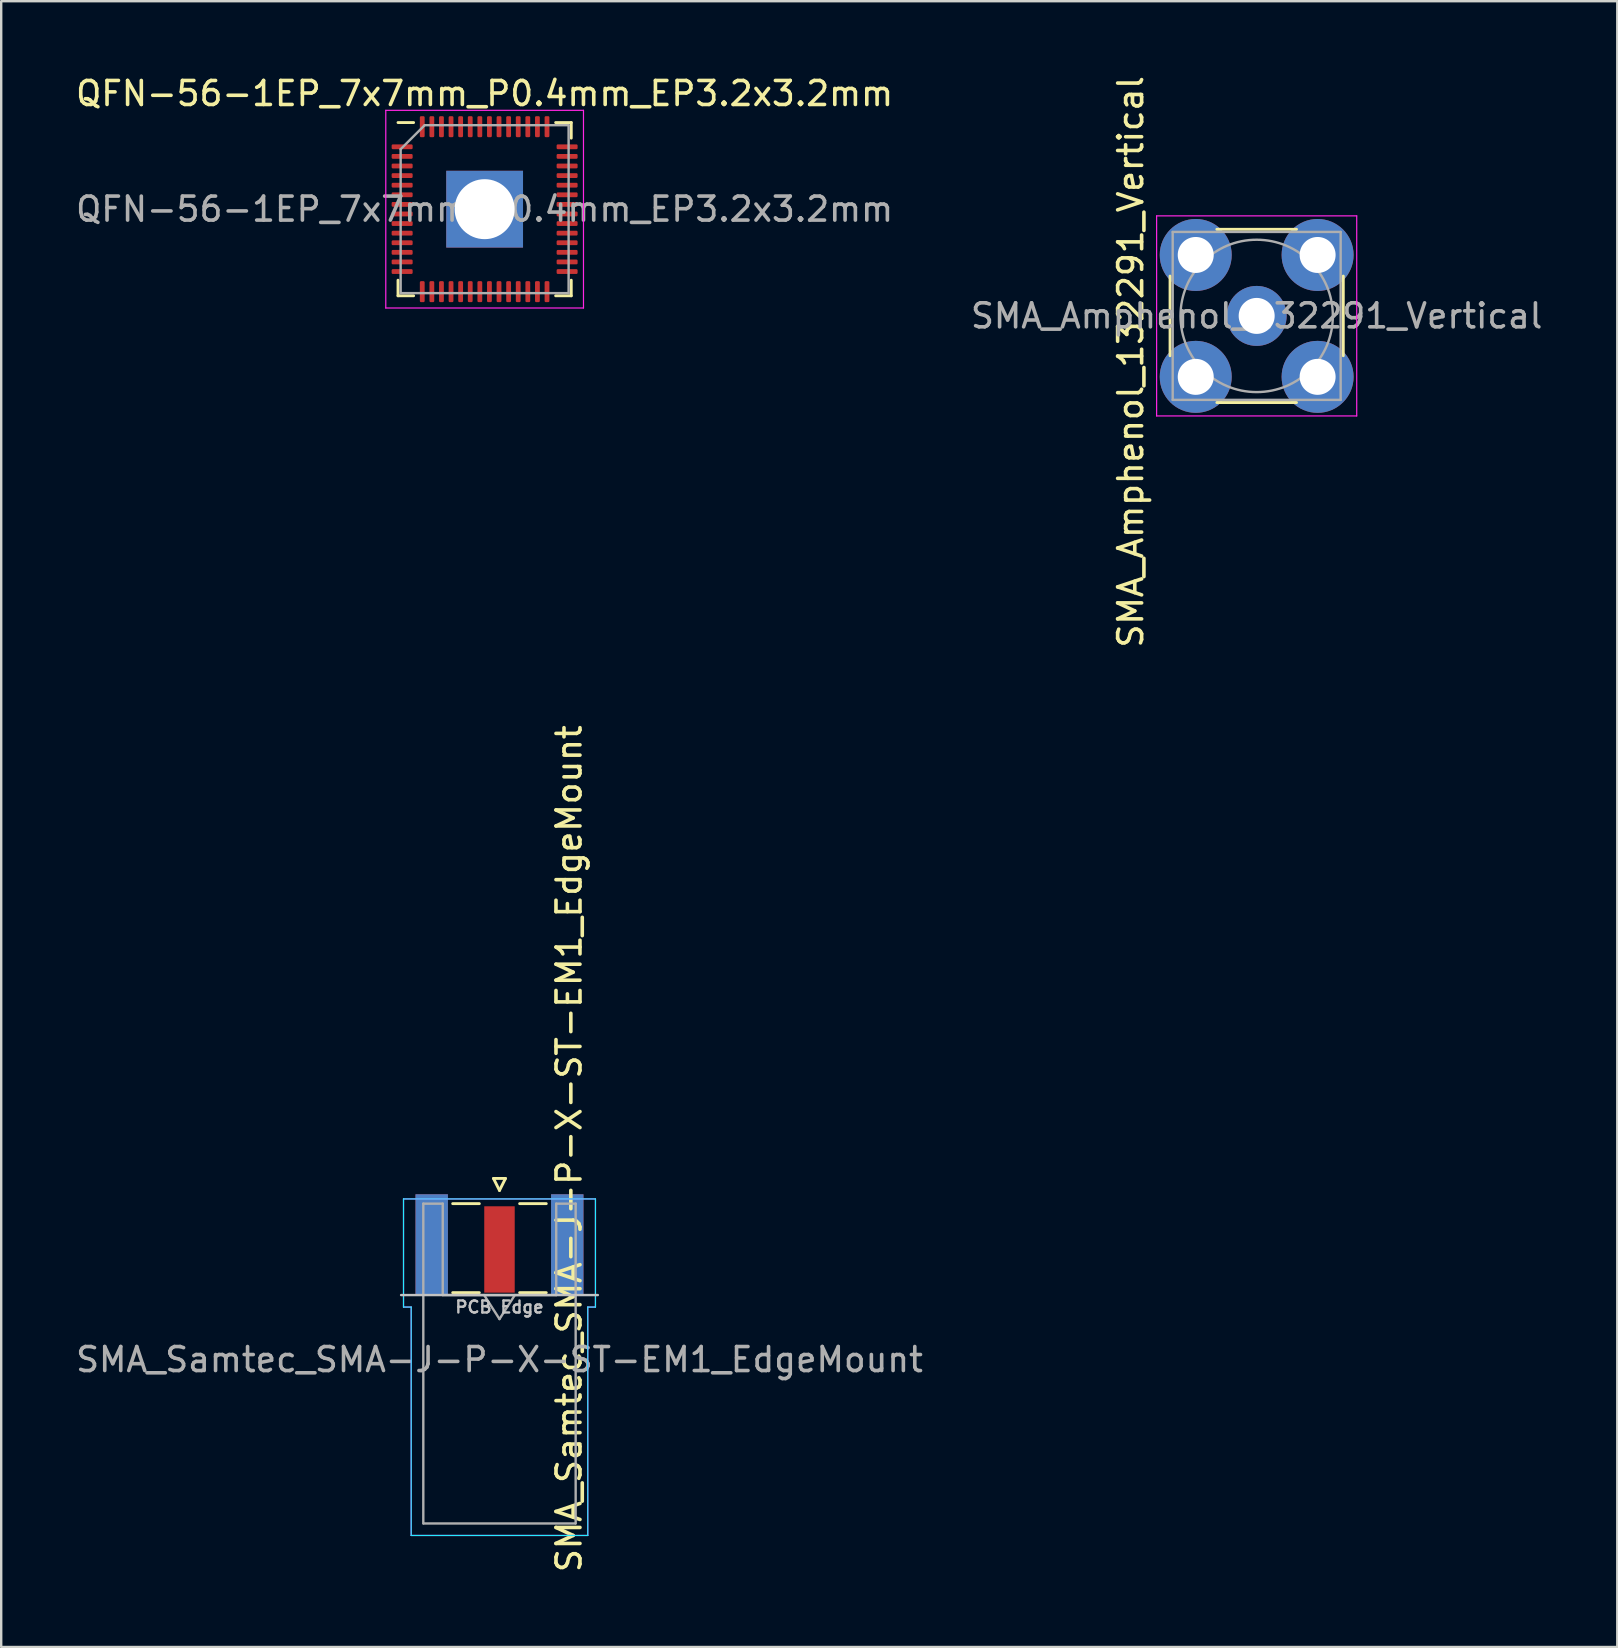
<source format=kicad_pcb>
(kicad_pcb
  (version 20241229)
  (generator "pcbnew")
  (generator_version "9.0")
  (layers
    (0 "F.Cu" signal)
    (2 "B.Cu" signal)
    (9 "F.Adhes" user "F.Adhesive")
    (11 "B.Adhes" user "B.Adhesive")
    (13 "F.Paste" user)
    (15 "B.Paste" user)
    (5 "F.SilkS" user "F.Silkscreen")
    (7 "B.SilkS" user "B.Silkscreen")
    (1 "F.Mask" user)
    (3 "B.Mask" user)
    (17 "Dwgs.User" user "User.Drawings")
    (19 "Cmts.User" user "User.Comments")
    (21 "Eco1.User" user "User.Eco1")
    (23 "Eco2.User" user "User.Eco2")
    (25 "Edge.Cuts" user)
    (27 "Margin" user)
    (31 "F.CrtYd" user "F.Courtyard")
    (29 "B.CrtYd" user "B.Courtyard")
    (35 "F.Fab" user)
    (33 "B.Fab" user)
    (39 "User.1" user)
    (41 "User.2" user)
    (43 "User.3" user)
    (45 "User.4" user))
  (footprint "QFN-56-1EP_7x7mm_P0.4mm_EP3.2x3.2mm"
    (layer "F.Cu")
    (at 17.149 5.668)
    (property "Reference" "QFN-56-1EP_7x7mm_P0.4mm_EP3.2x3.2mm" (at 0 -4.82 0) (layer "F.SilkS") (effects (font (size 1 1) (thickness 0.15))))
    (attr smd)
    (fp_line (start -3.61 3.61) (end -3.61 2.96) (stroke (width 0.12) (type solid)) (layer "F.SilkS"))
    (fp_line (start -2.96 -3.61) (end -3.61 -3.61) (stroke (width 0.12) (type solid)) (layer "F.SilkS"))
    (fp_line (start -2.96 3.61) (end -3.61 3.61) (stroke (width 0.12) (type solid)) (layer "F.SilkS"))
    (fp_line (start 2.96 -3.61) (end 3.61 -3.61) (stroke (width 0.12) (type solid)) (layer "F.SilkS"))
    (fp_line (start 2.96 3.61) (end 3.61 3.61) (stroke (width 0.12) (type solid)) (layer "F.SilkS"))
    (fp_line (start 3.61 -3.61) (end 3.61 -2.96) (stroke (width 0.12) (type solid)) (layer "F.SilkS"))
    (fp_line (start 3.61 3.61) (end 3.61 2.96) (stroke (width 0.12) (type solid)) (layer "F.SilkS"))
    (fp_line (start -4.12 -4.12) (end -4.12 4.12) (stroke (width 0.05) (type solid)) (layer "F.CrtYd"))
    (fp_line (start -4.12 4.12) (end 4.12 4.12) (stroke (width 0.05) (type solid)) (layer "F.CrtYd"))
    (fp_line (start 4.12 -4.12) (end -4.12 -4.12) (stroke (width 0.05) (type solid)) (layer "F.CrtYd"))
    (fp_line (start 4.12 4.12) (end 4.12 -4.12) (stroke (width 0.05) (type solid)) (layer "F.CrtYd"))
    (fp_line (start -3.5 -2.5) (end -2.5 -3.5) (stroke (width 0.1) (type solid)) (layer "F.Fab"))
    (fp_line (start -3.5 3.5) (end -3.5 -2.5) (stroke (width 0.1) (type solid)) (layer "F.Fab"))
    (fp_line (start -2.5 -3.5) (end 3.5 -3.5) (stroke (width 0.1) (type solid)) (layer "F.Fab"))
    (fp_line (start 3.5 -3.5) (end 3.5 3.5) (stroke (width 0.1) (type solid)) (layer "F.Fab"))
    (fp_line (start 3.5 3.5) (end -3.5 3.5) (stroke (width 0.1) (type solid)) (layer "F.Fab"))
    (fp_text user "${REFERENCE}" (at 0 0 0) (layer "F.Fab") (effects (font (size 1 1) (thickness 0.15))))
    (pad "" smd roundrect (at -0.8 -0.8) (size 1.29 1.29) (layers "F.Paste") (roundrect_rratio 0.194))
    (pad "" smd roundrect (at -0.8 0.8) (size 1.29 1.29) (layers "F.Paste") (roundrect_rratio 0.194))
    (pad "" smd roundrect (at 0.8 -0.8) (size 1.29 1.29) (layers "F.Paste") (roundrect_rratio 0.194))
    (pad "" smd roundrect (at 0.8 0.8) (size 1.29 1.29) (layers "F.Paste") (roundrect_rratio 0.194))
    (pad "1" smd roundrect (at -3.438 -2.6) (size 0.875 0.2) (layers "F.Cu" "F.Mask" "F.Paste") (roundrect_rratio 0.25))
    (pad "2" smd roundrect (at -3.438 -2.2) (size 0.875 0.2) (layers "F.Cu" "F.Mask" "F.Paste") (roundrect_rratio 0.25))
    (pad "3" smd roundrect (at -3.438 -1.8) (size 0.875 0.2) (layers "F.Cu" "F.Mask" "F.Paste") (roundrect_rratio 0.25))
    (pad "4" smd roundrect (at -3.438 -1.4) (size 0.875 0.2) (layers "F.Cu" "F.Mask" "F.Paste") (roundrect_rratio 0.25))
    (pad "5" smd roundrect (at -3.438 -1) (size 0.875 0.2) (layers "F.Cu" "F.Mask" "F.Paste") (roundrect_rratio 0.25))
    (pad "6" smd roundrect (at -3.438 -0.6) (size 0.875 0.2) (layers "F.Cu" "F.Mask" "F.Paste") (roundrect_rratio 0.25))
    (pad "7" smd roundrect (at -3.438 -0.2) (size 0.875 0.2) (layers "F.Cu" "F.Mask" "F.Paste") (roundrect_rratio 0.25))
    (pad "8" smd roundrect (at -3.438 0.2) (size 0.875 0.2) (layers "F.Cu" "F.Mask" "F.Paste") (roundrect_rratio 0.25))
    (pad "9" smd roundrect (at -3.438 0.6) (size 0.875 0.2) (layers "F.Cu" "F.Mask" "F.Paste") (roundrect_rratio 0.25))
    (pad "10" smd roundrect (at -3.438 1) (size 0.875 0.2) (layers "F.Cu" "F.Mask" "F.Paste") (roundrect_rratio 0.25))
    (pad "11" smd roundrect (at -3.438 1.4) (size 0.875 0.2) (layers "F.Cu" "F.Mask" "F.Paste") (roundrect_rratio 0.25))
    (pad "12" smd roundrect (at -3.438 1.8) (size 0.875 0.2) (layers "F.Cu" "F.Mask" "F.Paste") (roundrect_rratio 0.25))
    (pad "13" smd roundrect (at -3.438 2.2) (size 0.875 0.2) (layers "F.Cu" "F.Mask" "F.Paste") (roundrect_rratio 0.25))
    (pad "14" smd roundrect (at -3.438 2.6) (size 0.875 0.2) (layers "F.Cu" "F.Mask" "F.Paste") (roundrect_rratio 0.25))
    (pad "15" smd roundrect (at -2.6 3.438) (size 0.2 0.875) (layers "F.Cu" "F.Mask" "F.Paste") (roundrect_rratio 0.25))
    (pad "16" smd roundrect (at -2.2 3.438) (size 0.2 0.875) (layers "F.Cu" "F.Mask" "F.Paste") (roundrect_rratio 0.25))
    (pad "17" smd roundrect (at -1.8 3.438) (size 0.2 0.875) (layers "F.Cu" "F.Mask" "F.Paste") (roundrect_rratio 0.25))
    (pad "18" smd roundrect (at -1.4 3.438) (size 0.2 0.875) (layers "F.Cu" "F.Mask" "F.Paste") (roundrect_rratio 0.25))
    (pad "19" smd roundrect (at -1 3.438) (size 0.2 0.875) (layers "F.Cu" "F.Mask" "F.Paste") (roundrect_rratio 0.25))
    (pad "20" smd roundrect (at -0.6 3.438) (size 0.2 0.875) (layers "F.Cu" "F.Mask" "F.Paste") (roundrect_rratio 0.25))
    (pad "21" smd roundrect (at -0.2 3.438) (size 0.2 0.875) (layers "F.Cu" "F.Mask" "F.Paste") (roundrect_rratio 0.25))
    (pad "22" smd roundrect (at 0.2 3.438) (size 0.2 0.875) (layers "F.Cu" "F.Mask" "F.Paste") (roundrect_rratio 0.25))
    (pad "23" smd roundrect (at 0.6 3.438) (size 0.2 0.875) (layers "F.Cu" "F.Mask" "F.Paste") (roundrect_rratio 0.25))
    (pad "24" smd roundrect (at 1 3.438) (size 0.2 0.875) (layers "F.Cu" "F.Mask" "F.Paste") (roundrect_rratio 0.25))
    (pad "25" smd roundrect (at 1.4 3.438) (size 0.2 0.875) (layers "F.Cu" "F.Mask" "F.Paste") (roundrect_rratio 0.25))
    (pad "26" smd roundrect (at 1.8 3.438) (size 0.2 0.875) (layers "F.Cu" "F.Mask" "F.Paste") (roundrect_rratio 0.25))
    (pad "27" smd roundrect (at 2.2 3.438) (size 0.2 0.875) (layers "F.Cu" "F.Mask" "F.Paste") (roundrect_rratio 0.25))
    (pad "28" smd roundrect (at 2.6 3.438) (size 0.2 0.875) (layers "F.Cu" "F.Mask" "F.Paste") (roundrect_rratio 0.25))
    (pad "29" smd roundrect (at 3.438 2.6) (size 0.875 0.2) (layers "F.Cu" "F.Mask" "F.Paste") (roundrect_rratio 0.25))
    (pad "30" smd roundrect (at 3.438 2.2) (size 0.875 0.2) (layers "F.Cu" "F.Mask" "F.Paste") (roundrect_rratio 0.25))
    (pad "31" smd roundrect (at 3.438 1.8) (size 0.875 0.2) (layers "F.Cu" "F.Mask" "F.Paste") (roundrect_rratio 0.25))
    (pad "32" smd roundrect (at 3.438 1.4) (size 0.875 0.2) (layers "F.Cu" "F.Mask" "F.Paste") (roundrect_rratio 0.25))
    (pad "33" smd roundrect (at 3.438 1) (size 0.875 0.2) (layers "F.Cu" "F.Mask" "F.Paste") (roundrect_rratio 0.25))
    (pad "34" smd roundrect (at 3.438 0.6) (size 0.875 0.2) (layers "F.Cu" "F.Mask" "F.Paste") (roundrect_rratio 0.25))
    (pad "35" smd roundrect (at 3.438 0.2) (size 0.875 0.2) (layers "F.Cu" "F.Mask" "F.Paste") (roundrect_rratio 0.25))
    (pad "36" smd roundrect (at 3.438 -0.2) (size 0.875 0.2) (layers "F.Cu" "F.Mask" "F.Paste") (roundrect_rratio 0.25))
    (pad "37" smd roundrect (at 3.438 -0.6) (size 0.875 0.2) (layers "F.Cu" "F.Mask" "F.Paste") (roundrect_rratio 0.25))
    (pad "38" smd roundrect (at 3.438 -1) (size 0.875 0.2) (layers "F.Cu" "F.Mask" "F.Paste") (roundrect_rratio 0.25))
    (pad "39" smd roundrect (at 3.438 -1.4) (size 0.875 0.2) (layers "F.Cu" "F.Mask" "F.Paste") (roundrect_rratio 0.25))
    (pad "40" smd roundrect (at 3.438 -1.8) (size 0.875 0.2) (layers "F.Cu" "F.Mask" "F.Paste") (roundrect_rratio 0.25))
    (pad "41" smd roundrect (at 3.438 -2.2) (size 0.875 0.2) (layers "F.Cu" "F.Mask" "F.Paste") (roundrect_rratio 0.25))
    (pad "42" smd roundrect (at 3.438 -2.6) (size 0.875 0.2) (layers "F.Cu" "F.Mask" "F.Paste") (roundrect_rratio 0.25))
    (pad "43" smd roundrect (at 2.6 -3.438) (size 0.2 0.875) (layers "F.Cu" "F.Mask" "F.Paste") (roundrect_rratio 0.25))
    (pad "44" smd roundrect (at 2.2 -3.438) (size 0.2 0.875) (layers "F.Cu" "F.Mask" "F.Paste") (roundrect_rratio 0.25))
    (pad "45" smd roundrect (at 1.8 -3.438) (size 0.2 0.875) (layers "F.Cu" "F.Mask" "F.Paste") (roundrect_rratio 0.25))
    (pad "46" smd roundrect (at 1.4 -3.438) (size 0.2 0.875) (layers "F.Cu" "F.Mask" "F.Paste") (roundrect_rratio 0.25))
    (pad "47" smd roundrect (at 1 -3.438) (size 0.2 0.875) (layers "F.Cu" "F.Mask" "F.Paste") (roundrect_rratio 0.25))
    (pad "48" smd roundrect (at 0.6 -3.438) (size 0.2 0.875) (layers "F.Cu" "F.Mask" "F.Paste") (roundrect_rratio 0.25))
    (pad "49" smd roundrect (at 0.2 -3.438) (size 0.2 0.875) (layers "F.Cu" "F.Mask" "F.Paste") (roundrect_rratio 0.25))
    (pad "50" smd roundrect (at -0.2 -3.438) (size 0.2 0.875) (layers "F.Cu" "F.Mask" "F.Paste") (roundrect_rratio 0.25))
    (pad "51" smd roundrect (at -0.6 -3.438) (size 0.2 0.875) (layers "F.Cu" "F.Mask" "F.Paste") (roundrect_rratio 0.25))
    (pad "52" smd roundrect (at -1 -3.438) (size 0.2 0.875) (layers "F.Cu" "F.Mask" "F.Paste") (roundrect_rratio 0.25))
    (pad "53" smd roundrect (at -1.4 -3.438) (size 0.2 0.875) (layers "F.Cu" "F.Mask" "F.Paste") (roundrect_rratio 0.25))
    (pad "54" smd roundrect (at -1.8 -3.438) (size 0.2 0.875) (layers "F.Cu" "F.Mask" "F.Paste") (roundrect_rratio 0.25))
    (pad "55" smd roundrect (at -2.2 -3.438) (size 0.2 0.875) (layers "F.Cu" "F.Mask" "F.Paste") (roundrect_rratio 0.25))
    (pad "56" smd roundrect (at -2.6 -3.438) (size 0.2 0.875) (layers "F.Cu" "F.Mask" "F.Paste") (roundrect_rratio 0.25))
    (pad "57" thru_hole rect (at 0 0) (size 3.2 3.2) (drill 2.5) (layers "*.Cu" "*.Mask")))
  (footprint "SMA_Samtec_SMA-J-P-X-ST-EM1_EdgeMount"
    (layer "F.Cu")
    (at 17.768 48.827)
    (property "Reference" "SMA_Samtec_SMA-J-P-X-ST-EM1_EdgeMount" (at 2.9 -4 270) (layer "F.SilkS") (effects (font (size 1 1) (thickness 0.15))))
    (attr smd)
    (fp_line (start -1.95 -1.71) (end -0.84 -1.71) (stroke (width 0.12) (type solid)) (layer "F.SilkS"))
    (fp_line (start -1.95 2) (end -0.84 2) (stroke (width 0.12) (type solid)) (layer "F.SilkS"))
    (fp_line (start -0.25 -2.76) (end 0 -2.26) (stroke (width 0.12) (type solid)) (layer "F.SilkS"))
    (fp_line (start 0 -2.26) (end 0.25 -2.76) (stroke (width 0.12) (type solid)) (layer "F.SilkS"))
    (fp_line (start 0.25 -2.76) (end -0.25 -2.76) (stroke (width 0.12) (type solid)) (layer "F.SilkS"))
    (fp_line (start 0.84 -1.71) (end 1.95 -1.71) (stroke (width 0.12) (type solid)) (layer "F.SilkS"))
    (fp_line (start 0.84 2) (end 1.95 2) (stroke (width 0.12) (type solid)) (layer "F.SilkS"))
    (fp_line (start 4.1 2.1) (end -4.1 2.1) (stroke (width 0.1) (type solid)) (layer "Dwgs.User"))
    (fp_line (start -4 -1.905) (end 4 -1.905) (stroke (width 0.05) (type solid)) (layer "B.CrtYd"))
    (fp_line (start -4 2.6) (end -4 -1.905) (stroke (width 0.05) (type solid)) (layer "B.CrtYd"))
    (fp_line (start -3.68 2.6) (end -4 2.6) (stroke (width 0.05) (type solid)) (layer "B.CrtYd"))
    (fp_line (start -3.68 12.12) (end -3.68 2.6) (stroke (width 0.05) (type solid)) (layer "B.CrtYd"))
    (fp_line (start 3.68 2.6) (end 3.68 12.12) (stroke (width 0.05) (type solid)) (layer "B.CrtYd"))
    (fp_line (start 3.68 12.12) (end -3.68 12.12) (stroke (width 0.05) (type solid)) (layer "B.CrtYd"))
    (fp_line (start 4 2.6) (end 3.68 2.6) (stroke (width 0.05) (type solid)) (layer "B.CrtYd"))
    (fp_line (start 4 2.6) (end 4 -1.905) (stroke (width 0.05) (type solid)) (layer "B.CrtYd"))
    (fp_line (start -4 -1.905) (end 4 -1.905) (stroke (width 0.05) (type solid)) (layer "F.CrtYd"))
    (fp_line (start -4 2.6) (end -4 -1.905) (stroke (width 0.05) (type solid)) (layer "F.CrtYd"))
    (fp_line (start -3.68 2.6) (end -4 2.6) (stroke (width 0.05) (type solid)) (layer "F.CrtYd"))
    (fp_line (start -3.68 12.12) (end -3.68 2.6) (stroke (width 0.05) (type solid)) (layer "F.CrtYd"))
    (fp_line (start 3.68 2.6) (end 3.68 12.12) (stroke (width 0.05) (type solid)) (layer "F.CrtYd"))
    (fp_line (start 3.68 2.6) (end 4 2.6) (stroke (width 0.05) (type solid)) (layer "F.CrtYd"))
    (fp_line (start 3.68 12.12) (end -3.68 12.12) (stroke (width 0.05) (type solid)) (layer "F.CrtYd"))
    (fp_line (start 4 2.6) (end 4 -1.905) (stroke (width 0.05) (type solid)) (layer "F.CrtYd"))
    (fp_line (start -3.175 -1.71) (end -3.175 11.62) (stroke (width 0.1) (type solid)) (layer "F.Fab"))
    (fp_line (start -2.365 -1.71) (end -3.175 -1.71) (stroke (width 0.1) (type solid)) (layer "F.Fab"))
    (fp_line (start -2.365 2.1) (end -2.365 -1.71) (stroke (width 0.1) (type solid)) (layer "F.Fab"))
    (fp_line (start 0 3.1) (end -0.64 2.1) (stroke (width 0.1) (type solid)) (layer "F.Fab"))
    (fp_line (start 0.64 2.1) (end 0 3.1) (stroke (width 0.1) (type solid)) (layer "F.Fab"))
    (fp_line (start 2.365 -1.71) (end 2.365 2.1) (stroke (width 0.1) (type solid)) (layer "F.Fab"))
    (fp_line (start 2.365 2.1) (end -2.365 2.1) (stroke (width 0.1) (type solid)) (layer "F.Fab"))
    (fp_line (start 3.165 11.62) (end -3.165 11.62) (stroke (width 0.1) (type solid)) (layer "F.Fab"))
    (fp_line (start 3.175 -1.71) (end 2.365 -1.71) (stroke (width 0.1) (type solid)) (layer "F.Fab"))
    (fp_line (start 3.175 -1.71) (end 3.175 11.62) (stroke (width 0.1) (type solid)) (layer "F.Fab"))
    (fp_text user "PCB Edge" (at 0 2.6 180) (layer "Dwgs.User") (effects (font (size 0.5 0.5) (thickness 0.1))))
    (fp_text user "${REFERENCE}" (at 0 4.79 180) (layer "F.Fab") (effects (font (size 1 1) (thickness 0.15))))
    (pad "1" smd rect (at 0 0.2) (size 1.27 3.6) (layers "F.Cu" "F.Mask" "F.Paste"))
    (pad "2" smd rect (at -2.825 0) (size 1.35 4.2) (layers "F.Cu" "F.Mask" "F.Paste"))
    (pad "2" smd rect (at -2.825 0) (size 1.35 4.2) (layers "B.Cu" "B.Mask" "B.Paste"))
    (pad "2" smd rect (at 2.825 0) (size 1.35 4.2) (layers "F.Cu" "F.Mask" "F.Paste"))
    (pad "2" smd rect (at 2.825 0) (size 1.35 4.2) (layers "B.Cu" "B.Mask" "B.Paste")))
  (footprint "SMA_Amphenol_132291_Vertical"
    (layer "F.Cu")
    (at 49.327 10.117)
    (property "Reference" "SMA_Amphenol_132291_Vertical" (at -5.25 1.913 90) (layer "F.SilkS") (effects (font (size 1 1) (thickness 0.15))))
    (attr through_hole)
    (fp_line (start -3.61 -1.66) (end -3.61 1.66) (stroke (width 0.12) (type solid)) (layer "F.SilkS"))
    (fp_line (start -1.66 -3.61) (end 1.66 -3.61) (stroke (width 0.12) (type solid)) (layer "F.SilkS"))
    (fp_line (start -1.66 3.61) (end 1.66 3.61) (stroke (width 0.12) (type solid)) (layer "F.SilkS"))
    (fp_line (start 3.61 -1.66) (end 3.61 1.66) (stroke (width 0.12) (type solid)) (layer "F.SilkS"))
    (fp_line (start -4.17 -4.17) (end -4.17 4.17) (stroke (width 0.05) (type solid)) (layer "F.CrtYd"))
    (fp_line (start -4.17 -4.17) (end 4.17 -4.17) (stroke (width 0.05) (type solid)) (layer "F.CrtYd"))
    (fp_line (start 4.17 4.17) (end -4.17 4.17) (stroke (width 0.05) (type solid)) (layer "F.CrtYd"))
    (fp_line (start 4.17 4.17) (end 4.17 -4.17) (stroke (width 0.05) (type solid)) (layer "F.CrtYd"))
    (fp_line (start -3.5 -3.5) (end -3.5 3.5) (stroke (width 0.1) (type solid)) (layer "F.Fab"))
    (fp_line (start -3.5 -3.5) (end 3.5 -3.5) (stroke (width 0.1) (type solid)) (layer "F.Fab"))
    (fp_line (start -3.5 3.5) (end 3.5 3.5) (stroke (width 0.1) (type solid)) (layer "F.Fab"))
    (fp_line (start 3.5 -3.5) (end 3.5 3.5) (stroke (width 0.1) (type solid)) (layer "F.Fab"))
    (fp_circle (center 0 0) (end 3.175 0) (stroke (width 0.1) (type solid)) (fill no) (layer "F.Fab"))
    (fp_text user "${REFERENCE}" (at 0 0 0) (layer "F.Fab") (effects (font (size 1 1) (thickness 0.15))))
    (pad "1" thru_hole circle (at 0 0) (size 2.5 2.5) (drill 1.5) (layers "*.Cu" "*.Mask"))
    (pad "2" thru_hole circle (at -2.54 -2.54) (size 3 3) (drill 1.5) (layers "*.Cu" "*.Mask"))
    (pad "2" thru_hole circle (at -2.54 2.54) (size 3 3) (drill 1.5) (layers "*.Cu" "*.Mask"))
    (pad "2" thru_hole circle (at 2.54 -2.54) (size 3 3) (drill 1.5) (layers "*.Cu" "*.Mask"))
    (pad "2" thru_hole circle (at 2.54 2.54) (size 3 3) (drill 1.5) (layers "*.Cu" "*.Mask")))
  (gr_rect
    (start -3 -3)
    (end 64.357 65.595)
    (stroke (width 0.1) (type default))
    (fill no)
    (layer "Edge.Cuts")))
</source>
